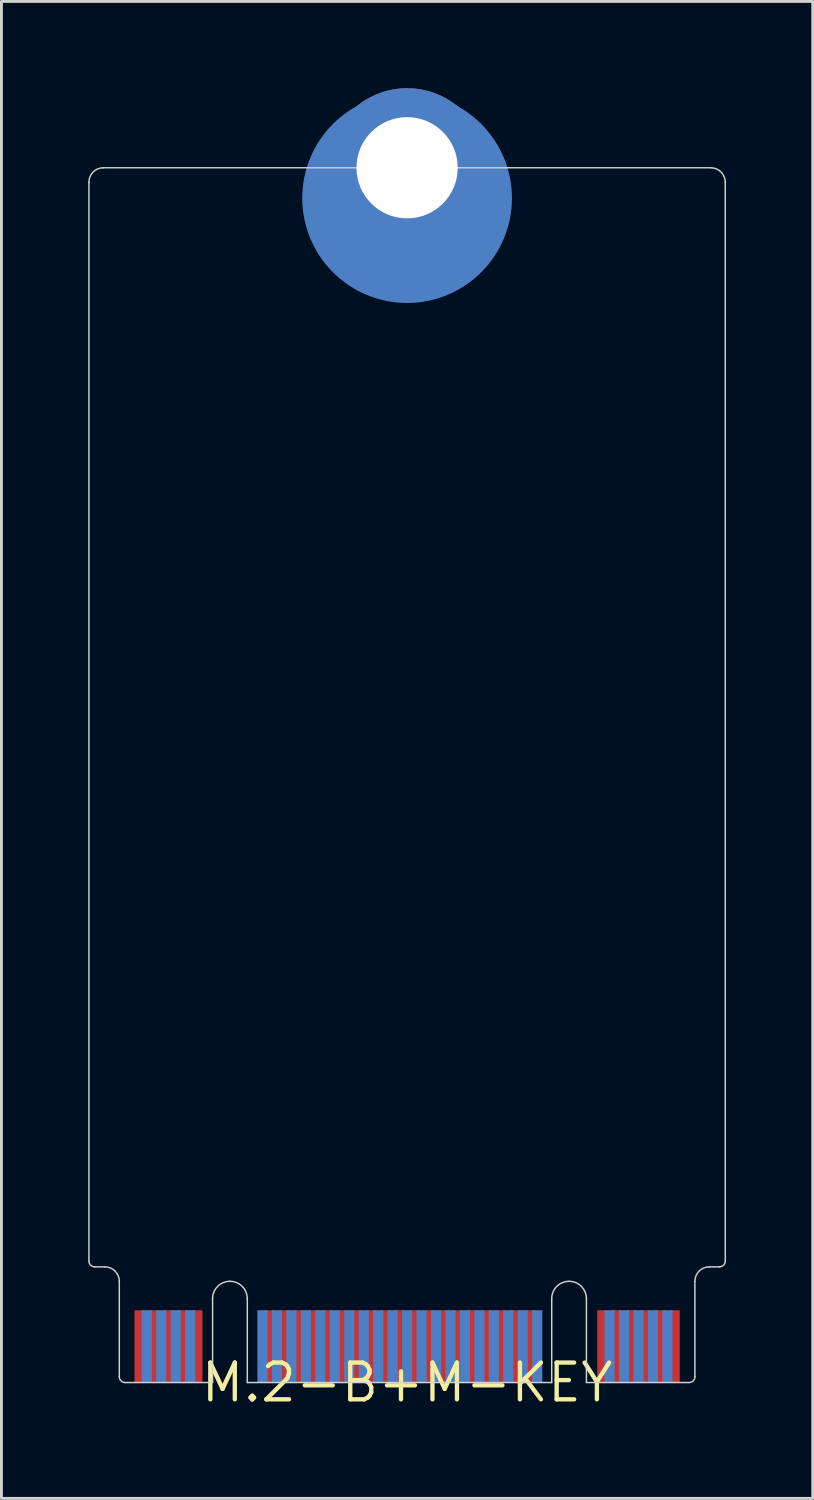
<source format=kicad_pcb>
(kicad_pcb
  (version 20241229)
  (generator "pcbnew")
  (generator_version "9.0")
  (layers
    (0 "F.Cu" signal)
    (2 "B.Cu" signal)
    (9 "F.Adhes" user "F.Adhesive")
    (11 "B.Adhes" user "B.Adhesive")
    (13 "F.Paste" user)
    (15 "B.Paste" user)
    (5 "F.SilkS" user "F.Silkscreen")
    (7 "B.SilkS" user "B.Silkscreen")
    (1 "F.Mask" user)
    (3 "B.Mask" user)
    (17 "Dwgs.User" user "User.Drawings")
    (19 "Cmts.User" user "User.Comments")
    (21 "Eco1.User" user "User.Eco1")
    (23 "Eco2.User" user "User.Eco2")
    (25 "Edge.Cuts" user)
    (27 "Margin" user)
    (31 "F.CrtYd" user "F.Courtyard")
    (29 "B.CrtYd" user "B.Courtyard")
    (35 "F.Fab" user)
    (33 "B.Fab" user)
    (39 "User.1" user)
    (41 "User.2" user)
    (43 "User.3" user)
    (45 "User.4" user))
  (footprint "M.2-B+M-KEY"
    (layer "F.Cu")
    (at 11.025 44.75)
    (property "Reference" "M.2-B+M-KEY" (at 0 0 0) (layer "F.SilkS") (effects (font (size 1.27 1.27) (thickness 0.15))))
    (attr through_hole)
    (fp_circle (center 0 -40.95) (end 3 -40.95) (stroke (width 1.25) (type solid)) (fill no) (layer "B.Cu"))
    (fp_poly (pts (xy 2.55 -38.45) (xy -2.55 -38.45) (xy -2.55 -43.55) (xy 2.55 -43.55)) (stroke (width 0) (type solid)) (fill yes) (layer "B.Cu"))
    (fp_line (start -11 -41.5) (end -11 -4.2) (stroke (width 0.05) (type solid)) (layer "Edge.Cuts"))
    (fp_line (start -10.8 -4) (end -10.45 -4) (stroke (width 0.05) (type solid)) (layer "Edge.Cuts"))
    (fp_line (start -9.95 -3.5) (end -9.95 -0.2) (stroke (width 0.05) (type solid)) (layer "Edge.Cuts"))
    (fp_line (start -6.725 -2.9) (end -6.725 0) (stroke (width 0.05) (type solid)) (layer "Edge.Cuts"))
    (fp_line (start -6.725 0) (end -9.75 0) (stroke (width 0.05) (type solid)) (layer "Edge.Cuts"))
    (fp_line (start -5.525 -2.9) (end -5.525 0) (stroke (width 0.05) (type solid)) (layer "Edge.Cuts"))
    (fp_line (start -5.525 0) (end 5 0) (stroke (width 0.05) (type solid)) (layer "Edge.Cuts"))
    (fp_line (start 5 -2.9) (end 5 0) (stroke (width 0.05) (type solid)) (layer "Edge.Cuts"))
    (fp_line (start 6.2 -2.9) (end 6.2 0) (stroke (width 0.05) (type solid)) (layer "Edge.Cuts"))
    (fp_line (start 6.2 0) (end 9.75 0) (stroke (width 0.05) (type solid)) (layer "Edge.Cuts"))
    (fp_line (start 9.95 -0.2) (end 9.95 -3.5) (stroke (width 0.05) (type solid)) (layer "Edge.Cuts"))
    (fp_line (start 10.45 -4) (end 10.8 -4) (stroke (width 0.05) (type solid)) (layer "Edge.Cuts"))
    (fp_line (start 10.5 -42) (end -10.5 -42) (stroke (width 0.05) (type solid)) (layer "Edge.Cuts"))
    (fp_line (start 11 -4.2) (end 11 -41.5) (stroke (width 0.05) (type solid)) (layer "Edge.Cuts"))
    (fp_arc (start -11 -41.5) (mid -10.853553 -41.853553) (end -10.5 -42) (stroke (width 0.05) (type solid)) (layer "Edge.Cuts"))
    (fp_arc (start -10.8 -4) (mid -10.941421 -4.058579) (end -11 -4.2) (stroke (width 0.05) (type solid)) (layer "Edge.Cuts"))
    (fp_arc (start -10.45 -4) (mid -10.096447 -3.853553) (end -9.95 -3.5) (stroke (width 0.05) (type solid)) (layer "Edge.Cuts"))
    (fp_arc (start -9.75 0) (mid -9.891421 -0.058579) (end -9.95 -0.2) (stroke (width 0.05) (type solid)) (layer "Edge.Cuts"))
    (fp_arc (start -6.725 -2.9) (mid -6.549264 -3.324264) (end -6.125 -3.5) (stroke (width 0.05) (type solid)) (layer "Edge.Cuts"))
    (fp_arc (start -6.125 -3.5) (mid -5.700736 -3.324264) (end -5.525 -2.9) (stroke (width 0.05) (type solid)) (layer "Edge.Cuts"))
    (fp_arc (start 5 -2.9) (mid 5.175736 -3.324264) (end 5.6 -3.5) (stroke (width 0.05) (type solid)) (layer "Edge.Cuts"))
    (fp_arc (start 5.6 -3.5) (mid 6.024264 -3.324264) (end 6.2 -2.9) (stroke (width 0.05) (type solid)) (layer "Edge.Cuts"))
    (fp_arc (start 9.95 -3.5) (mid 10.096447 -3.853553) (end 10.45 -4) (stroke (width 0.05) (type solid)) (layer "Edge.Cuts"))
    (fp_arc (start 9.95 -0.2) (mid 9.891421 -0.058579) (end 9.75 0) (stroke (width 0.05) (type solid)) (layer "Edge.Cuts"))
    (fp_arc (start 10.5 -42) (mid 10.853553 -41.853553) (end 11 -41.5) (stroke (width 0.05) (type solid)) (layer "Edge.Cuts"))
    (fp_arc (start 11 -4.2) (mid 10.941421 -4.058579) (end 10.8 -4) (stroke (width 0.05) (type solid)) (layer "Edge.Cuts"))
    (pad "MOUNTING-HOLE" thru_hole circle (at 0 -42) (size 5.5 5.5) (drill 3.5) (layers "*.Cu" "*.Mask"))
    (pad "P$1" smd rect (at 9.25 -1.25) (size 0.35 2.5) (layers "F.Cu" "F.Mask" "F.Paste"))
    (pad "P$2" smd rect (at 9 -1.25) (size 0.35 2.5) (layers "B.Cu" "B.Mask" "B.Paste"))
    (pad "P$3" smd rect (at 8.75 -1.25) (size 0.35 2.5) (layers "F.Cu" "F.Mask" "F.Paste"))
    (pad "P$4" smd rect (at 8.5 -1.25) (size 0.35 2.5) (layers "B.Cu" "B.Mask" "B.Paste"))
    (pad "P$5" smd rect (at 8.25 -1.25) (size 0.35 2.5) (layers "F.Cu" "F.Mask" "F.Paste"))
    (pad "P$6" smd rect (at 8 -1.25) (size 0.35 2.5) (layers "B.Cu" "B.Mask" "B.Paste"))
    (pad "P$7" smd rect (at 7.75 -1.25) (size 0.35 2.5) (layers "F.Cu" "F.Mask" "F.Paste"))
    (pad "P$8" smd rect (at 7.5 -1.25) (size 0.35 2.5) (layers "B.Cu" "B.Mask" "B.Paste"))
    (pad "P$9" smd rect (at 7.25 -1.25) (size 0.35 2.5) (layers "F.Cu" "F.Mask" "F.Paste"))
    (pad "P$10" smd rect (at 7 -1.25) (size 0.35 2.5) (layers "B.Cu" "B.Mask" "B.Paste"))
    (pad "P$11" smd rect (at 6.75 -1.25) (size 0.35 2.5) (layers "F.Cu" "F.Mask" "F.Paste"))
    (pad "P$20" smd rect (at 4.5 -1.25) (size 0.35 2.5) (layers "B.Cu" "B.Mask" "B.Paste"))
    (pad "P$21" smd rect (at 4.25 -1.25) (size 0.35 2.5) (layers "F.Cu" "F.Mask" "F.Paste"))
    (pad "P$22" smd rect (at 4 -1.25) (size 0.35 2.5) (layers "B.Cu" "B.Mask" "B.Paste"))
    (pad "P$23" smd rect (at 3.75 -1.25) (size 0.35 2.5) (layers "F.Cu" "F.Mask" "F.Paste"))
    (pad "P$24" smd rect (at 3.5 -1.25) (size 0.35 2.5) (layers "B.Cu" "B.Mask" "B.Paste"))
    (pad "P$25" smd rect (at 3.25 -1.25) (size 0.35 2.5) (layers "F.Cu" "F.Mask" "F.Paste"))
    (pad "P$26" smd rect (at 3 -1.25) (size 0.35 2.5) (layers "B.Cu" "B.Mask" "B.Paste"))
    (pad "P$27" smd rect (at 2.75 -1.25) (size 0.35 2.5) (layers "F.Cu" "F.Mask" "F.Paste"))
    (pad "P$28" smd rect (at 2.5 -1.25) (size 0.35 2.5) (layers "B.Cu" "B.Mask" "B.Paste"))
    (pad "P$29" smd rect (at 2.25 -1.25) (size 0.35 2.5) (layers "F.Cu" "F.Mask" "F.Paste"))
    (pad "P$30" smd rect (at 2 -1.25) (size 0.35 2.5) (layers "B.Cu" "B.Mask" "B.Paste"))
    (pad "P$31" smd rect (at 1.75 -1.25) (size 0.35 2.5) (layers "F.Cu" "F.Mask" "F.Paste"))
    (pad "P$32" smd rect (at 1.5 -1.25) (size 0.35 2.5) (layers "B.Cu" "B.Mask" "B.Paste"))
    (pad "P$33" smd rect (at 1.25 -1.25) (size 0.35 2.5) (layers "F.Cu" "F.Mask" "F.Paste"))
    (pad "P$34" smd rect (at 1 -1.25) (size 0.35 2.5) (layers "B.Cu" "B.Mask" "B.Paste"))
    (pad "P$35" smd rect (at 0.75 -1.25) (size 0.35 2.5) (layers "F.Cu" "F.Mask" "F.Paste"))
    (pad "P$36" smd rect (at 0.5 -1.25) (size 0.35 2.5) (layers "B.Cu" "B.Mask" "B.Paste"))
    (pad "P$37" smd rect (at 0.25 -1.25) (size 0.35 2.5) (layers "F.Cu" "F.Mask" "F.Paste"))
    (pad "P$38" smd rect (at 0 -1.25) (size 0.35 2.5) (layers "B.Cu" "B.Mask" "B.Paste"))
    (pad "P$39" smd rect (at -0.25 -1.25) (size 0.35 2.5) (layers "F.Cu" "F.Mask" "F.Paste"))
    (pad "P$40" smd rect (at -0.5 -1.25) (size 0.35 2.5) (layers "B.Cu" "B.Mask" "B.Paste"))
    (pad "P$41" smd rect (at -0.75 -1.25) (size 0.35 2.5) (layers "F.Cu" "F.Mask" "F.Paste"))
    (pad "P$42" smd rect (at -1 -1.25) (size 0.35 2.5) (layers "B.Cu" "B.Mask" "B.Paste"))
    (pad "P$43" smd rect (at -1.25 -1.25) (size 0.35 2.5) (layers "F.Cu" "F.Mask" "F.Paste"))
    (pad "P$44" smd rect (at -1.5 -1.25) (size 0.35 2.5) (layers "B.Cu" "B.Mask" "B.Paste"))
    (pad "P$45" smd rect (at -1.75 -1.25) (size 0.35 2.5) (layers "F.Cu" "F.Mask" "F.Paste"))
    (pad "P$46" smd rect (at -2 -1.25) (size 0.35 2.5) (layers "B.Cu" "B.Mask" "B.Paste"))
    (pad "P$47" smd rect (at -2.25 -1.25) (size 0.35 2.5) (layers "F.Cu" "F.Mask" "F.Paste"))
    (pad "P$48" smd rect (at -2.5 -1.25) (size 0.35 2.5) (layers "B.Cu" "B.Mask" "B.Paste"))
    (pad "P$49" smd rect (at -2.75 -1.25) (size 0.35 2.5) (layers "F.Cu" "F.Mask" "F.Paste"))
    (pad "P$50" smd rect (at -3 -1.25) (size 0.35 2.5) (layers "B.Cu" "B.Mask" "B.Paste"))
    (pad "P$51" smd rect (at -3.25 -1.25) (size 0.35 2.5) (layers "F.Cu" "F.Mask" "F.Paste"))
    (pad "P$52" smd rect (at -3.5 -1.25) (size 0.35 2.5) (layers "B.Cu" "B.Mask" "B.Paste"))
    (pad "P$53" smd rect (at -3.75 -1.25) (size 0.35 2.5) (layers "F.Cu" "F.Mask" "F.Paste"))
    (pad "P$54" smd rect (at -4 -1.25) (size 0.35 2.5) (layers "B.Cu" "B.Mask" "B.Paste"))
    (pad "P$55" smd rect (at -4.25 -1.25) (size 0.35 2.5) (layers "F.Cu" "F.Mask" "F.Paste"))
    (pad "P$56" smd rect (at -4.5 -1.25) (size 0.35 2.5) (layers "B.Cu" "B.Mask" "B.Paste"))
    (pad "P$57" smd rect (at -4.75 -1.25) (size 0.35 2.5) (layers "F.Cu" "F.Mask" "F.Paste"))
    (pad "P$58" smd rect (at -5 -1.25) (size 0.35 2.5) (layers "B.Cu" "B.Mask" "B.Paste"))
    (pad "P$67" smd rect (at -7.25 -1.25) (size 0.35 2.5) (layers "F.Cu" "F.Mask" "F.Paste"))
    (pad "P$68" smd rect (at -7.5 -1.25) (size 0.35 2.5) (layers "B.Cu" "B.Mask" "B.Paste"))
    (pad "P$69" smd rect (at -7.75 -1.25) (size 0.35 2.5) (layers "F.Cu" "F.Mask" "F.Paste"))
    (pad "P$70" smd rect (at -8 -1.25) (size 0.35 2.5) (layers "B.Cu" "B.Mask" "B.Paste"))
    (pad "P$71" smd rect (at -8.25 -1.25) (size 0.35 2.5) (layers "F.Cu" "F.Mask" "F.Paste"))
    (pad "P$72" smd rect (at -8.5 -1.25) (size 0.35 2.5) (layers "B.Cu" "B.Mask" "B.Paste"))
    (pad "P$73" smd rect (at -8.75 -1.25) (size 0.35 2.5) (layers "F.Cu" "F.Mask" "F.Paste"))
    (pad "P$74" smd rect (at -9 -1.25) (size 0.35 2.5) (layers "B.Cu" "B.Mask" "B.Paste"))
    (pad "P$75" smd rect (at -9.25 -1.25) (size 0.35 2.5) (layers "F.Cu" "F.Mask" "F.Paste")))
  (gr_rect
    (start -3 -3)
    (end 25.05 48.756)
    (stroke (width 0.1) (type default))
    (fill no)
    (layer "Edge.Cuts")))
</source>
